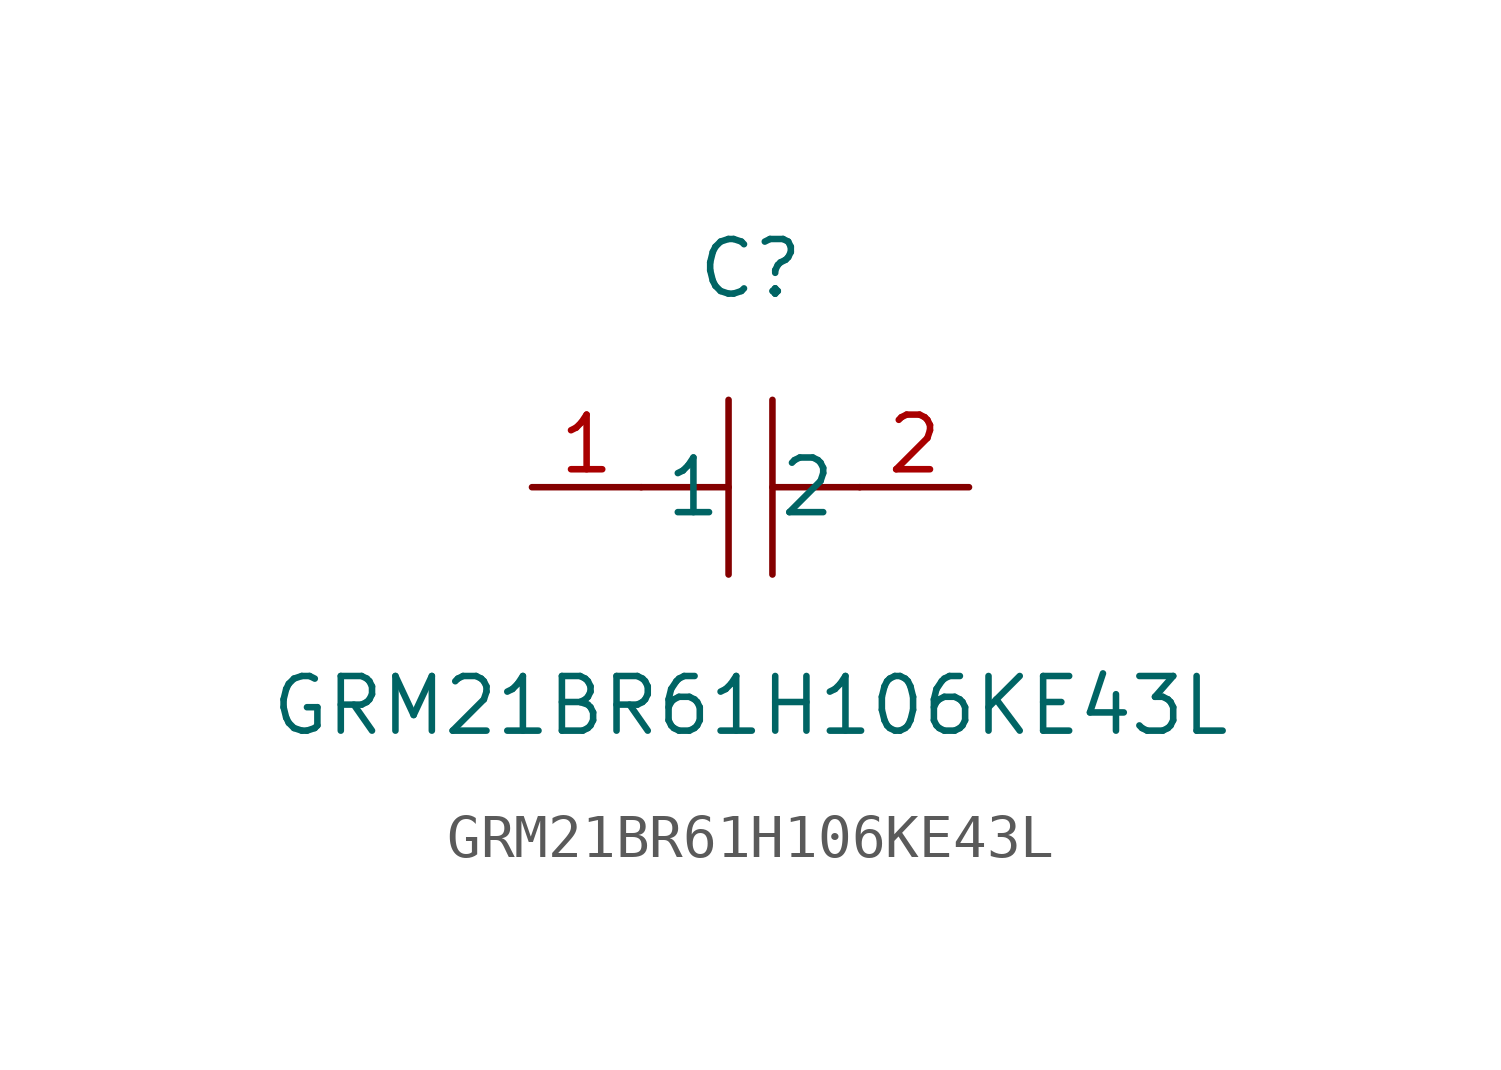
<source format=kicad_sym>
(kicad_symbol_lib
  (version 1)
  (generator "faebryk")
  (symbol "GRM21BR61H106KE43L"
    (property "Reference" "C"
      (at 0 5.08 0)
      (effects (font (size 1.27 1.27)) (hide no)))
    (property "Value" "GRM21BR61H106KE43L"
      (at 0 -5.08 0)
      (effects (font (size 1.27 1.27)) (hide no)))
    (symbol "GRM21BR61H106KE43L_0_1"
      (polyline (stroke (width 0) (type default) (color 0 0 0 0)) (fill (type none)) (pts (xy -0.51 -2.03) (xy -0.51 2.03)))
      (polyline (stroke (width 0) (type default) (color 0 0 0 0)) (fill (type none)) (pts (xy 2.54 0) (xy 0.51 0)))
      (polyline (stroke (width 0) (type default) (color 0 0 0 0)) (fill (type none)) (pts (xy 0.51 2.03) (xy 0.51 -2.03)))
      (polyline (stroke (width 0) (type default) (color 0 0 0 0)) (fill (type none)) (pts (xy -0.51 0) (xy -2.54 0)))
      (pin unspecified line (at -5.08 0 0) (length 2.54) (name "1" (effects (font (size 1.27 1.27)) (hide no))) (number "1" (effects (font (size 1.27 1.27)) (hide no))))
      (pin unspecified line (at 5.08 0 180) (length 2.54) (name "2" (effects (font (size 1.27 1.27)) (hide no))) (number "2" (effects (font (size 1.27 1.27)) (hide no)))))))
</source>
